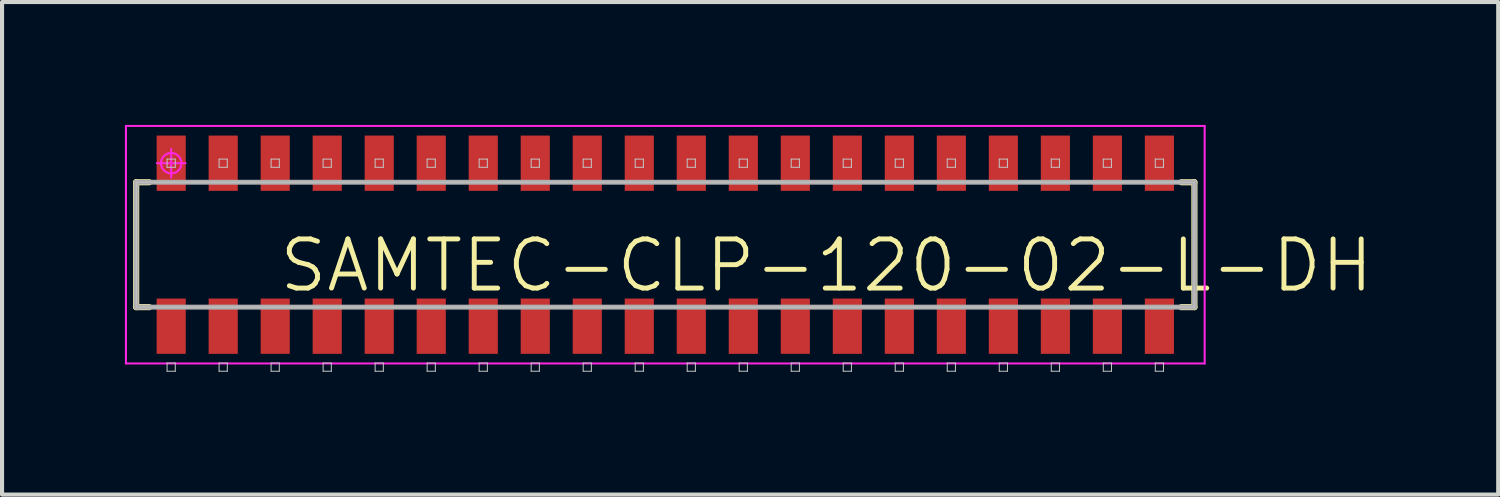
<source format=kicad_pcb>
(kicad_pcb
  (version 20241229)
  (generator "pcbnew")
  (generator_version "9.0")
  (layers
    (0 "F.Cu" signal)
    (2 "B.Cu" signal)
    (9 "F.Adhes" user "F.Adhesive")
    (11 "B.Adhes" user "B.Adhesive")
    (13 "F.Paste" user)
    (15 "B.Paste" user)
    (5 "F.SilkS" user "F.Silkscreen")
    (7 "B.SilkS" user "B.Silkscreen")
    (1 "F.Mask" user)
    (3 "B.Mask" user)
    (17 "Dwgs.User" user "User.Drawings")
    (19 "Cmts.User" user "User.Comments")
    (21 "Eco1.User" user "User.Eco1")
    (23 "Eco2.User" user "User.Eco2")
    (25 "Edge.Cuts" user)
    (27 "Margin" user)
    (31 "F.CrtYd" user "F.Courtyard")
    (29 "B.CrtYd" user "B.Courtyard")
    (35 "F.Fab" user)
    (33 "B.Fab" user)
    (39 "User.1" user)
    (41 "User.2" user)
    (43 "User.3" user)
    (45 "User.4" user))
  (footprint "SAMTEC-CLP-120-02-L-DH"
    (layer "F.Cu")
    (at 13.195 2.925)
    (property "Reference" "SAMTEC-CLP-120-02-L-DH" (at 3.935 0.51 0) (layer "F.SilkS") (effects (font (size 1.2 1.2) (thickness 0.12))))
    (attr smd)
    (fp_line (start -12.92 -1.525) (end -12.6 -1.525) (stroke (width 0.15) (type solid)) (layer "F.SilkS"))
    (fp_line (start -12.92 1.525) (end -12.92 -1.525) (stroke (width 0.15) (type solid)) (layer "F.SilkS"))
    (fp_line (start -12.6 1.525) (end -12.92 1.525) (stroke (width 0.15) (type solid)) (layer "F.SilkS"))
    (fp_line (start 12.6 -1.525) (end 12.92 -1.525) (stroke (width 0.15) (type solid)) (layer "F.SilkS"))
    (fp_line (start 12.6 1.525) (end 12.92 1.525) (stroke (width 0.15) (type solid)) (layer "F.SilkS"))
    (fp_line (start 12.92 -1.525) (end 12.92 1.525) (stroke (width 0.15) (type solid)) (layer "F.SilkS"))
    (fp_line (start -12.915 -1.525) (end 12.915 -1.525) (stroke (width 0.025) (type solid)) (layer "Dwgs.User"))
    (fp_line (start -12.915 1.525) (end -12.915 -1.525) (stroke (width 0.025) (type solid)) (layer "Dwgs.User"))
    (fp_line (start -12.165 -2.09) (end -11.965 -2.09) (stroke (width 0.025) (type solid)) (layer "Dwgs.User"))
    (fp_line (start -12.165 -1.89) (end -12.165 -2.09) (stroke (width 0.025) (type solid)) (layer "Dwgs.User"))
    (fp_line (start -12.165 2.89) (end -11.965 2.89) (stroke (width 0.025) (type solid)) (layer "Dwgs.User"))
    (fp_line (start -12.165 3.09) (end -12.165 2.89) (stroke (width 0.025) (type solid)) (layer "Dwgs.User"))
    (fp_line (start -11.965 -2.09) (end -11.965 -1.89) (stroke (width 0.025) (type solid)) (layer "Dwgs.User"))
    (fp_line (start -11.965 -1.89) (end -12.165 -1.89) (stroke (width 0.025) (type solid)) (layer "Dwgs.User"))
    (fp_line (start -11.965 2.89) (end -11.965 3.09) (stroke (width 0.025) (type solid)) (layer "Dwgs.User"))
    (fp_line (start -11.965 3.09) (end -12.165 3.09) (stroke (width 0.025) (type solid)) (layer "Dwgs.User"))
    (fp_line (start -10.895 -2.09) (end -10.695 -2.09) (stroke (width 0.025) (type solid)) (layer "Dwgs.User"))
    (fp_line (start -10.895 -1.89) (end -10.895 -2.09) (stroke (width 0.025) (type solid)) (layer "Dwgs.User"))
    (fp_line (start -10.895 2.89) (end -10.695 2.89) (stroke (width 0.025) (type solid)) (layer "Dwgs.User"))
    (fp_line (start -10.895 3.09) (end -10.895 2.89) (stroke (width 0.025) (type solid)) (layer "Dwgs.User"))
    (fp_line (start -10.695 -2.09) (end -10.695 -1.89) (stroke (width 0.025) (type solid)) (layer "Dwgs.User"))
    (fp_line (start -10.695 -1.89) (end -10.895 -1.89) (stroke (width 0.025) (type solid)) (layer "Dwgs.User"))
    (fp_line (start -10.695 2.89) (end -10.695 3.09) (stroke (width 0.025) (type solid)) (layer "Dwgs.User"))
    (fp_line (start -10.695 3.09) (end -10.895 3.09) (stroke (width 0.025) (type solid)) (layer "Dwgs.User"))
    (fp_line (start -9.625 -2.09) (end -9.425 -2.09) (stroke (width 0.025) (type solid)) (layer "Dwgs.User"))
    (fp_line (start -9.625 -1.89) (end -9.625 -2.09) (stroke (width 0.025) (type solid)) (layer "Dwgs.User"))
    (fp_line (start -9.625 2.89) (end -9.425 2.89) (stroke (width 0.025) (type solid)) (layer "Dwgs.User"))
    (fp_line (start -9.625 3.09) (end -9.625 2.89) (stroke (width 0.025) (type solid)) (layer "Dwgs.User"))
    (fp_line (start -9.425 -2.09) (end -9.425 -1.89) (stroke (width 0.025) (type solid)) (layer "Dwgs.User"))
    (fp_line (start -9.425 -1.89) (end -9.625 -1.89) (stroke (width 0.025) (type solid)) (layer "Dwgs.User"))
    (fp_line (start -9.425 2.89) (end -9.425 3.09) (stroke (width 0.025) (type solid)) (layer "Dwgs.User"))
    (fp_line (start -9.425 3.09) (end -9.625 3.09) (stroke (width 0.025) (type solid)) (layer "Dwgs.User"))
    (fp_line (start -8.355 -2.09) (end -8.155 -2.09) (stroke (width 0.025) (type solid)) (layer "Dwgs.User"))
    (fp_line (start -8.355 -1.89) (end -8.355 -2.09) (stroke (width 0.025) (type solid)) (layer "Dwgs.User"))
    (fp_line (start -8.355 2.89) (end -8.155 2.89) (stroke (width 0.025) (type solid)) (layer "Dwgs.User"))
    (fp_line (start -8.355 3.09) (end -8.355 2.89) (stroke (width 0.025) (type solid)) (layer "Dwgs.User"))
    (fp_line (start -8.155 -2.09) (end -8.155 -1.89) (stroke (width 0.025) (type solid)) (layer "Dwgs.User"))
    (fp_line (start -8.155 -1.89) (end -8.355 -1.89) (stroke (width 0.025) (type solid)) (layer "Dwgs.User"))
    (fp_line (start -8.155 2.89) (end -8.155 3.09) (stroke (width 0.025) (type solid)) (layer "Dwgs.User"))
    (fp_line (start -8.155 3.09) (end -8.355 3.09) (stroke (width 0.025) (type solid)) (layer "Dwgs.User"))
    (fp_line (start -7.085 -2.09) (end -6.885 -2.09) (stroke (width 0.025) (type solid)) (layer "Dwgs.User"))
    (fp_line (start -7.085 -1.89) (end -7.085 -2.09) (stroke (width 0.025) (type solid)) (layer "Dwgs.User"))
    (fp_line (start -7.085 2.89) (end -6.885 2.89) (stroke (width 0.025) (type solid)) (layer "Dwgs.User"))
    (fp_line (start -7.085 3.09) (end -7.085 2.89) (stroke (width 0.025) (type solid)) (layer "Dwgs.User"))
    (fp_line (start -6.885 -2.09) (end -6.885 -1.89) (stroke (width 0.025) (type solid)) (layer "Dwgs.User"))
    (fp_line (start -6.885 -1.89) (end -7.085 -1.89) (stroke (width 0.025) (type solid)) (layer "Dwgs.User"))
    (fp_line (start -6.885 2.89) (end -6.885 3.09) (stroke (width 0.025) (type solid)) (layer "Dwgs.User"))
    (fp_line (start -6.885 3.09) (end -7.085 3.09) (stroke (width 0.025) (type solid)) (layer "Dwgs.User"))
    (fp_line (start -5.815 -2.09) (end -5.615 -2.09) (stroke (width 0.025) (type solid)) (layer "Dwgs.User"))
    (fp_line (start -5.815 -1.89) (end -5.815 -2.09) (stroke (width 0.025) (type solid)) (layer "Dwgs.User"))
    (fp_line (start -5.815 2.89) (end -5.615 2.89) (stroke (width 0.025) (type solid)) (layer "Dwgs.User"))
    (fp_line (start -5.815 3.09) (end -5.815 2.89) (stroke (width 0.025) (type solid)) (layer "Dwgs.User"))
    (fp_line (start -5.615 -2.09) (end -5.615 -1.89) (stroke (width 0.025) (type solid)) (layer "Dwgs.User"))
    (fp_line (start -5.615 -1.89) (end -5.815 -1.89) (stroke (width 0.025) (type solid)) (layer "Dwgs.User"))
    (fp_line (start -5.615 2.89) (end -5.615 3.09) (stroke (width 0.025) (type solid)) (layer "Dwgs.User"))
    (fp_line (start -5.615 3.09) (end -5.815 3.09) (stroke (width 0.025) (type solid)) (layer "Dwgs.User"))
    (fp_line (start -4.545 -2.09) (end -4.345 -2.09) (stroke (width 0.025) (type solid)) (layer "Dwgs.User"))
    (fp_line (start -4.545 -1.89) (end -4.545 -2.09) (stroke (width 0.025) (type solid)) (layer "Dwgs.User"))
    (fp_line (start -4.545 2.89) (end -4.345 2.89) (stroke (width 0.025) (type solid)) (layer "Dwgs.User"))
    (fp_line (start -4.545 3.09) (end -4.545 2.89) (stroke (width 0.025) (type solid)) (layer "Dwgs.User"))
    (fp_line (start -4.345 -2.09) (end -4.345 -1.89) (stroke (width 0.025) (type solid)) (layer "Dwgs.User"))
    (fp_line (start -4.345 -1.89) (end -4.545 -1.89) (stroke (width 0.025) (type solid)) (layer "Dwgs.User"))
    (fp_line (start -4.345 2.89) (end -4.345 3.09) (stroke (width 0.025) (type solid)) (layer "Dwgs.User"))
    (fp_line (start -4.345 3.09) (end -4.545 3.09) (stroke (width 0.025) (type solid)) (layer "Dwgs.User"))
    (fp_line (start -3.275 -2.09) (end -3.075 -2.09) (stroke (width 0.025) (type solid)) (layer "Dwgs.User"))
    (fp_line (start -3.275 -1.89) (end -3.275 -2.09) (stroke (width 0.025) (type solid)) (layer "Dwgs.User"))
    (fp_line (start -3.275 2.89) (end -3.075 2.89) (stroke (width 0.025) (type solid)) (layer "Dwgs.User"))
    (fp_line (start -3.275 3.09) (end -3.275 2.89) (stroke (width 0.025) (type solid)) (layer "Dwgs.User"))
    (fp_line (start -3.075 -2.09) (end -3.075 -1.89) (stroke (width 0.025) (type solid)) (layer "Dwgs.User"))
    (fp_line (start -3.075 -1.89) (end -3.275 -1.89) (stroke (width 0.025) (type solid)) (layer "Dwgs.User"))
    (fp_line (start -3.075 2.89) (end -3.075 3.09) (stroke (width 0.025) (type solid)) (layer "Dwgs.User"))
    (fp_line (start -3.075 3.09) (end -3.275 3.09) (stroke (width 0.025) (type solid)) (layer "Dwgs.User"))
    (fp_line (start -2.005 -2.09) (end -1.805 -2.09) (stroke (width 0.025) (type solid)) (layer "Dwgs.User"))
    (fp_line (start -2.005 -1.89) (end -2.005 -2.09) (stroke (width 0.025) (type solid)) (layer "Dwgs.User"))
    (fp_line (start -2.005 2.89) (end -1.805 2.89) (stroke (width 0.025) (type solid)) (layer "Dwgs.User"))
    (fp_line (start -2.005 3.09) (end -2.005 2.89) (stroke (width 0.025) (type solid)) (layer "Dwgs.User"))
    (fp_line (start -1.805 -2.09) (end -1.805 -1.89) (stroke (width 0.025) (type solid)) (layer "Dwgs.User"))
    (fp_line (start -1.805 -1.89) (end -2.005 -1.89) (stroke (width 0.025) (type solid)) (layer "Dwgs.User"))
    (fp_line (start -1.805 2.89) (end -1.805 3.09) (stroke (width 0.025) (type solid)) (layer "Dwgs.User"))
    (fp_line (start -1.805 3.09) (end -2.005 3.09) (stroke (width 0.025) (type solid)) (layer "Dwgs.User"))
    (fp_line (start -0.735 -2.09) (end -0.535 -2.09) (stroke (width 0.025) (type solid)) (layer "Dwgs.User"))
    (fp_line (start -0.735 -1.89) (end -0.735 -2.09) (stroke (width 0.025) (type solid)) (layer "Dwgs.User"))
    (fp_line (start -0.735 2.89) (end -0.535 2.89) (stroke (width 0.025) (type solid)) (layer "Dwgs.User"))
    (fp_line (start -0.735 3.09) (end -0.735 2.89) (stroke (width 0.025) (type solid)) (layer "Dwgs.User"))
    (fp_line (start -0.535 -2.09) (end -0.535 -1.89) (stroke (width 0.025) (type solid)) (layer "Dwgs.User"))
    (fp_line (start -0.535 -1.89) (end -0.735 -1.89) (stroke (width 0.025) (type solid)) (layer "Dwgs.User"))
    (fp_line (start -0.535 2.89) (end -0.535 3.09) (stroke (width 0.025) (type solid)) (layer "Dwgs.User"))
    (fp_line (start -0.535 3.09) (end -0.735 3.09) (stroke (width 0.025) (type solid)) (layer "Dwgs.User"))
    (fp_line (start 0.535 -2.09) (end 0.735 -2.09) (stroke (width 0.025) (type solid)) (layer "Dwgs.User"))
    (fp_line (start 0.535 -1.89) (end 0.535 -2.09) (stroke (width 0.025) (type solid)) (layer "Dwgs.User"))
    (fp_line (start 0.535 2.89) (end 0.735 2.89) (stroke (width 0.025) (type solid)) (layer "Dwgs.User"))
    (fp_line (start 0.535 3.09) (end 0.535 2.89) (stroke (width 0.025) (type solid)) (layer "Dwgs.User"))
    (fp_line (start 0.735 -2.09) (end 0.735 -1.89) (stroke (width 0.025) (type solid)) (layer "Dwgs.User"))
    (fp_line (start 0.735 -1.89) (end 0.535 -1.89) (stroke (width 0.025) (type solid)) (layer "Dwgs.User"))
    (fp_line (start 0.735 2.89) (end 0.735 3.09) (stroke (width 0.025) (type solid)) (layer "Dwgs.User"))
    (fp_line (start 0.735 3.09) (end 0.535 3.09) (stroke (width 0.025) (type solid)) (layer "Dwgs.User"))
    (fp_line (start 1.805 -2.09) (end 2.005 -2.09) (stroke (width 0.025) (type solid)) (layer "Dwgs.User"))
    (fp_line (start 1.805 -1.89) (end 1.805 -2.09) (stroke (width 0.025) (type solid)) (layer "Dwgs.User"))
    (fp_line (start 1.805 2.89) (end 2.005 2.89) (stroke (width 0.025) (type solid)) (layer "Dwgs.User"))
    (fp_line (start 1.805 3.09) (end 1.805 2.89) (stroke (width 0.025) (type solid)) (layer "Dwgs.User"))
    (fp_line (start 2.005 -2.09) (end 2.005 -1.89) (stroke (width 0.025) (type solid)) (layer "Dwgs.User"))
    (fp_line (start 2.005 -1.89) (end 1.805 -1.89) (stroke (width 0.025) (type solid)) (layer "Dwgs.User"))
    (fp_line (start 2.005 2.89) (end 2.005 3.09) (stroke (width 0.025) (type solid)) (layer "Dwgs.User"))
    (fp_line (start 2.005 3.09) (end 1.805 3.09) (stroke (width 0.025) (type solid)) (layer "Dwgs.User"))
    (fp_line (start 3.075 -2.09) (end 3.275 -2.09) (stroke (width 0.025) (type solid)) (layer "Dwgs.User"))
    (fp_line (start 3.075 -1.89) (end 3.075 -2.09) (stroke (width 0.025) (type solid)) (layer "Dwgs.User"))
    (fp_line (start 3.075 2.89) (end 3.275 2.89) (stroke (width 0.025) (type solid)) (layer "Dwgs.User"))
    (fp_line (start 3.075 3.09) (end 3.075 2.89) (stroke (width 0.025) (type solid)) (layer "Dwgs.User"))
    (fp_line (start 3.275 -2.09) (end 3.275 -1.89) (stroke (width 0.025) (type solid)) (layer "Dwgs.User"))
    (fp_line (start 3.275 -1.89) (end 3.075 -1.89) (stroke (width 0.025) (type solid)) (layer "Dwgs.User"))
    (fp_line (start 3.275 2.89) (end 3.275 3.09) (stroke (width 0.025) (type solid)) (layer "Dwgs.User"))
    (fp_line (start 3.275 3.09) (end 3.075 3.09) (stroke (width 0.025) (type solid)) (layer "Dwgs.User"))
    (fp_line (start 4.345 -2.09) (end 4.545 -2.09) (stroke (width 0.025) (type solid)) (layer "Dwgs.User"))
    (fp_line (start 4.345 -1.89) (end 4.345 -2.09) (stroke (width 0.025) (type solid)) (layer "Dwgs.User"))
    (fp_line (start 4.345 2.89) (end 4.545 2.89) (stroke (width 0.025) (type solid)) (layer "Dwgs.User"))
    (fp_line (start 4.345 3.09) (end 4.345 2.89) (stroke (width 0.025) (type solid)) (layer "Dwgs.User"))
    (fp_line (start 4.545 -2.09) (end 4.545 -1.89) (stroke (width 0.025) (type solid)) (layer "Dwgs.User"))
    (fp_line (start 4.545 -1.89) (end 4.345 -1.89) (stroke (width 0.025) (type solid)) (layer "Dwgs.User"))
    (fp_line (start 4.545 2.89) (end 4.545 3.09) (stroke (width 0.025) (type solid)) (layer "Dwgs.User"))
    (fp_line (start 4.545 3.09) (end 4.345 3.09) (stroke (width 0.025) (type solid)) (layer "Dwgs.User"))
    (fp_line (start 5.615 -2.09) (end 5.815 -2.09) (stroke (width 0.025) (type solid)) (layer "Dwgs.User"))
    (fp_line (start 5.615 -1.89) (end 5.615 -2.09) (stroke (width 0.025) (type solid)) (layer "Dwgs.User"))
    (fp_line (start 5.615 2.89) (end 5.815 2.89) (stroke (width 0.025) (type solid)) (layer "Dwgs.User"))
    (fp_line (start 5.615 3.09) (end 5.615 2.89) (stroke (width 0.025) (type solid)) (layer "Dwgs.User"))
    (fp_line (start 5.815 -2.09) (end 5.815 -1.89) (stroke (width 0.025) (type solid)) (layer "Dwgs.User"))
    (fp_line (start 5.815 -1.89) (end 5.615 -1.89) (stroke (width 0.025) (type solid)) (layer "Dwgs.User"))
    (fp_line (start 5.815 2.89) (end 5.815 3.09) (stroke (width 0.025) (type solid)) (layer "Dwgs.User"))
    (fp_line (start 5.815 3.09) (end 5.615 3.09) (stroke (width 0.025) (type solid)) (layer "Dwgs.User"))
    (fp_line (start 6.885 -2.09) (end 7.085 -2.09) (stroke (width 0.025) (type solid)) (layer "Dwgs.User"))
    (fp_line (start 6.885 -1.89) (end 6.885 -2.09) (stroke (width 0.025) (type solid)) (layer "Dwgs.User"))
    (fp_line (start 6.885 2.89) (end 7.085 2.89) (stroke (width 0.025) (type solid)) (layer "Dwgs.User"))
    (fp_line (start 6.885 3.09) (end 6.885 2.89) (stroke (width 0.025) (type solid)) (layer "Dwgs.User"))
    (fp_line (start 7.085 -2.09) (end 7.085 -1.89) (stroke (width 0.025) (type solid)) (layer "Dwgs.User"))
    (fp_line (start 7.085 -1.89) (end 6.885 -1.89) (stroke (width 0.025) (type solid)) (layer "Dwgs.User"))
    (fp_line (start 7.085 2.89) (end 7.085 3.09) (stroke (width 0.025) (type solid)) (layer "Dwgs.User"))
    (fp_line (start 7.085 3.09) (end 6.885 3.09) (stroke (width 0.025) (type solid)) (layer "Dwgs.User"))
    (fp_line (start 8.155 -2.09) (end 8.355 -2.09) (stroke (width 0.025) (type solid)) (layer "Dwgs.User"))
    (fp_line (start 8.155 -1.89) (end 8.155 -2.09) (stroke (width 0.025) (type solid)) (layer "Dwgs.User"))
    (fp_line (start 8.155 2.89) (end 8.355 2.89) (stroke (width 0.025) (type solid)) (layer "Dwgs.User"))
    (fp_line (start 8.155 3.09) (end 8.155 2.89) (stroke (width 0.025) (type solid)) (layer "Dwgs.User"))
    (fp_line (start 8.355 -2.09) (end 8.355 -1.89) (stroke (width 0.025) (type solid)) (layer "Dwgs.User"))
    (fp_line (start 8.355 -1.89) (end 8.155 -1.89) (stroke (width 0.025) (type solid)) (layer "Dwgs.User"))
    (fp_line (start 8.355 2.89) (end 8.355 3.09) (stroke (width 0.025) (type solid)) (layer "Dwgs.User"))
    (fp_line (start 8.355 3.09) (end 8.155 3.09) (stroke (width 0.025) (type solid)) (layer "Dwgs.User"))
    (fp_line (start 9.425 -2.09) (end 9.625 -2.09) (stroke (width 0.025) (type solid)) (layer "Dwgs.User"))
    (fp_line (start 9.425 -1.89) (end 9.425 -2.09) (stroke (width 0.025) (type solid)) (layer "Dwgs.User"))
    (fp_line (start 9.425 2.89) (end 9.625 2.89) (stroke (width 0.025) (type solid)) (layer "Dwgs.User"))
    (fp_line (start 9.425 3.09) (end 9.425 2.89) (stroke (width 0.025) (type solid)) (layer "Dwgs.User"))
    (fp_line (start 9.625 -2.09) (end 9.625 -1.89) (stroke (width 0.025) (type solid)) (layer "Dwgs.User"))
    (fp_line (start 9.625 -1.89) (end 9.425 -1.89) (stroke (width 0.025) (type solid)) (layer "Dwgs.User"))
    (fp_line (start 9.625 2.89) (end 9.625 3.09) (stroke (width 0.025) (type solid)) (layer "Dwgs.User"))
    (fp_line (start 9.625 3.09) (end 9.425 3.09) (stroke (width 0.025) (type solid)) (layer "Dwgs.User"))
    (fp_line (start 10.695 -2.09) (end 10.895 -2.09) (stroke (width 0.025) (type solid)) (layer "Dwgs.User"))
    (fp_line (start 10.695 -1.89) (end 10.695 -2.09) (stroke (width 0.025) (type solid)) (layer "Dwgs.User"))
    (fp_line (start 10.695 2.89) (end 10.895 2.89) (stroke (width 0.025) (type solid)) (layer "Dwgs.User"))
    (fp_line (start 10.695 3.09) (end 10.695 2.89) (stroke (width 0.025) (type solid)) (layer "Dwgs.User"))
    (fp_line (start 10.895 -2.09) (end 10.895 -1.89) (stroke (width 0.025) (type solid)) (layer "Dwgs.User"))
    (fp_line (start 10.895 -1.89) (end 10.695 -1.89) (stroke (width 0.025) (type solid)) (layer "Dwgs.User"))
    (fp_line (start 10.895 2.89) (end 10.895 3.09) (stroke (width 0.025) (type solid)) (layer "Dwgs.User"))
    (fp_line (start 10.895 3.09) (end 10.695 3.09) (stroke (width 0.025) (type solid)) (layer "Dwgs.User"))
    (fp_line (start 11.965 -2.09) (end 12.165 -2.09) (stroke (width 0.025) (type solid)) (layer "Dwgs.User"))
    (fp_line (start 11.965 -1.89) (end 11.965 -2.09) (stroke (width 0.025) (type solid)) (layer "Dwgs.User"))
    (fp_line (start 11.965 2.89) (end 12.165 2.89) (stroke (width 0.025) (type solid)) (layer "Dwgs.User"))
    (fp_line (start 11.965 3.09) (end 11.965 2.89) (stroke (width 0.025) (type solid)) (layer "Dwgs.User"))
    (fp_line (start 12.165 -2.09) (end 12.165 -1.89) (stroke (width 0.025) (type solid)) (layer "Dwgs.User"))
    (fp_line (start 12.165 -1.89) (end 11.965 -1.89) (stroke (width 0.025) (type solid)) (layer "Dwgs.User"))
    (fp_line (start 12.165 2.89) (end 12.165 3.09) (stroke (width 0.025) (type solid)) (layer "Dwgs.User"))
    (fp_line (start 12.165 3.09) (end 11.965 3.09) (stroke (width 0.025) (type solid)) (layer "Dwgs.User"))
    (fp_line (start 12.915 -1.525) (end 12.915 1.525) (stroke (width 0.025) (type solid)) (layer "Dwgs.User"))
    (fp_line (start 12.915 1.525) (end -12.915 1.525) (stroke (width 0.025) (type solid)) (layer "Dwgs.User"))
    (fp_line (start -13.17 -2.9) (end 13.17 -2.9) (stroke (width 0.05) (type solid)) (layer "F.CrtYd"))
    (fp_line (start -13.17 2.9) (end -13.17 -2.9) (stroke (width 0.05) (type solid)) (layer "F.CrtYd"))
    (fp_line (start -12.065 -2.34) (end -12.065 -1.64) (stroke (width 0.05) (type solid)) (layer "F.CrtYd"))
    (fp_line (start -11.715 -1.99) (end -12.415 -1.99) (stroke (width 0.05) (type solid)) (layer "F.CrtYd"))
    (fp_line (start 13.17 -2.9) (end 13.17 2.9) (stroke (width 0.05) (type solid)) (layer "F.CrtYd"))
    (fp_line (start 13.17 2.9) (end -13.17 2.9) (stroke (width 0.05) (type solid)) (layer "F.CrtYd"))
    (fp_circle (center -12.065 -1.99) (end -12.065 -1.74) (stroke (width 0.05) (type solid)) (fill no) (layer "F.CrtYd"))
    (fp_line (start -12.92 -1.525) (end 12.92 -1.525) (stroke (width 0.12) (type solid)) (layer "F.Fab"))
    (fp_line (start -12.92 1.525) (end -12.92 -1.525) (stroke (width 0.12) (type solid)) (layer "F.Fab"))
    (fp_line (start 12.92 -1.525) (end 12.92 1.525) (stroke (width 0.12) (type solid)) (layer "F.Fab"))
    (fp_line (start 12.92 1.525) (end -12.92 1.525) (stroke (width 0.12) (type solid)) (layer "F.Fab"))
    (pad "1" smd rect (at -12.065 -1.99) (size 0.711 1.35) (layers "F.Cu" "F.Mask" "F.Paste"))
    (pad "2" smd rect (at -12.065 1.99) (size 0.711 1.35) (layers "F.Cu" "F.Mask" "F.Paste"))
    (pad "3" smd rect (at -10.795 -1.99) (size 0.711 1.35) (layers "F.Cu" "F.Mask" "F.Paste"))
    (pad "4" smd rect (at -10.795 1.99) (size 0.711 1.35) (layers "F.Cu" "F.Mask" "F.Paste"))
    (pad "5" smd rect (at -9.525 -1.99) (size 0.711 1.35) (layers "F.Cu" "F.Mask" "F.Paste"))
    (pad "6" smd rect (at -9.525 1.99) (size 0.711 1.35) (layers "F.Cu" "F.Mask" "F.Paste"))
    (pad "7" smd rect (at -8.255 -1.99) (size 0.711 1.35) (layers "F.Cu" "F.Mask" "F.Paste"))
    (pad "8" smd rect (at -8.255 1.99) (size 0.711 1.35) (layers "F.Cu" "F.Mask" "F.Paste"))
    (pad "9" smd rect (at -6.985 -1.99) (size 0.711 1.35) (layers "F.Cu" "F.Mask" "F.Paste"))
    (pad "10" smd rect (at -6.985 1.99) (size 0.711 1.35) (layers "F.Cu" "F.Mask" "F.Paste"))
    (pad "11" smd rect (at -5.715 -1.99) (size 0.711 1.35) (layers "F.Cu" "F.Mask" "F.Paste"))
    (pad "12" smd rect (at -5.715 1.99) (size 0.711 1.35) (layers "F.Cu" "F.Mask" "F.Paste"))
    (pad "13" smd rect (at -4.445 -1.99) (size 0.711 1.35) (layers "F.Cu" "F.Mask" "F.Paste"))
    (pad "14" smd rect (at -4.445 1.99) (size 0.711 1.35) (layers "F.Cu" "F.Mask" "F.Paste"))
    (pad "15" smd rect (at -3.175 -1.99) (size 0.711 1.35) (layers "F.Cu" "F.Mask" "F.Paste"))
    (pad "16" smd rect (at -3.175 1.99) (size 0.711 1.35) (layers "F.Cu" "F.Mask" "F.Paste"))
    (pad "17" smd rect (at -1.905 -1.99) (size 0.711 1.35) (layers "F.Cu" "F.Mask" "F.Paste"))
    (pad "18" smd rect (at -1.905 1.99) (size 0.711 1.35) (layers "F.Cu" "F.Mask" "F.Paste"))
    (pad "19" smd rect (at -0.635 -1.99) (size 0.711 1.35) (layers "F.Cu" "F.Mask" "F.Paste"))
    (pad "20" smd rect (at -0.635 1.99) (size 0.711 1.35) (layers "F.Cu" "F.Mask" "F.Paste"))
    (pad "21" smd rect (at 0.635 -1.99) (size 0.711 1.35) (layers "F.Cu" "F.Mask" "F.Paste"))
    (pad "22" smd rect (at 0.635 1.99) (size 0.711 1.35) (layers "F.Cu" "F.Mask" "F.Paste"))
    (pad "23" smd rect (at 1.905 -1.99) (size 0.711 1.35) (layers "F.Cu" "F.Mask" "F.Paste"))
    (pad "24" smd rect (at 1.905 1.99) (size 0.711 1.35) (layers "F.Cu" "F.Mask" "F.Paste"))
    (pad "25" smd rect (at 3.175 -1.99) (size 0.711 1.35) (layers "F.Cu" "F.Mask" "F.Paste"))
    (pad "26" smd rect (at 3.175 1.99) (size 0.711 1.35) (layers "F.Cu" "F.Mask" "F.Paste"))
    (pad "27" smd rect (at 4.445 -1.99) (size 0.711 1.35) (layers "F.Cu" "F.Mask" "F.Paste"))
    (pad "28" smd rect (at 4.445 1.99) (size 0.711 1.35) (layers "F.Cu" "F.Mask" "F.Paste"))
    (pad "29" smd rect (at 5.715 -1.99) (size 0.711 1.35) (layers "F.Cu" "F.Mask" "F.Paste"))
    (pad "30" smd rect (at 5.715 1.99) (size 0.711 1.35) (layers "F.Cu" "F.Mask" "F.Paste"))
    (pad "31" smd rect (at 6.985 -1.99) (size 0.711 1.35) (layers "F.Cu" "F.Mask" "F.Paste"))
    (pad "32" smd rect (at 6.985 1.99) (size 0.711 1.35) (layers "F.Cu" "F.Mask" "F.Paste"))
    (pad "33" smd rect (at 8.255 -1.99) (size 0.711 1.35) (layers "F.Cu" "F.Mask" "F.Paste"))
    (pad "34" smd rect (at 8.255 1.99) (size 0.711 1.35) (layers "F.Cu" "F.Mask" "F.Paste"))
    (pad "35" smd rect (at 9.525 -1.99) (size 0.711 1.35) (layers "F.Cu" "F.Mask" "F.Paste"))
    (pad "36" smd rect (at 9.525 1.99) (size 0.711 1.35) (layers "F.Cu" "F.Mask" "F.Paste"))
    (pad "37" smd rect (at 10.795 -1.99) (size 0.711 1.35) (layers "F.Cu" "F.Mask" "F.Paste"))
    (pad "38" smd rect (at 10.795 1.99) (size 0.711 1.35) (layers "F.Cu" "F.Mask" "F.Paste"))
    (pad "39" smd rect (at 12.065 -1.99) (size 0.711 1.35) (layers "F.Cu" "F.Mask" "F.Paste"))
    (pad "40" smd rect (at 12.065 1.99) (size 0.711 1.35) (layers "F.Cu" "F.Mask" "F.Paste")))
  (gr_rect
    (start -3 -3)
    (end 33.533 9.027)
    (stroke (width 0.1) (type default))
    (fill no)
    (layer "Edge.Cuts")))
</source>
